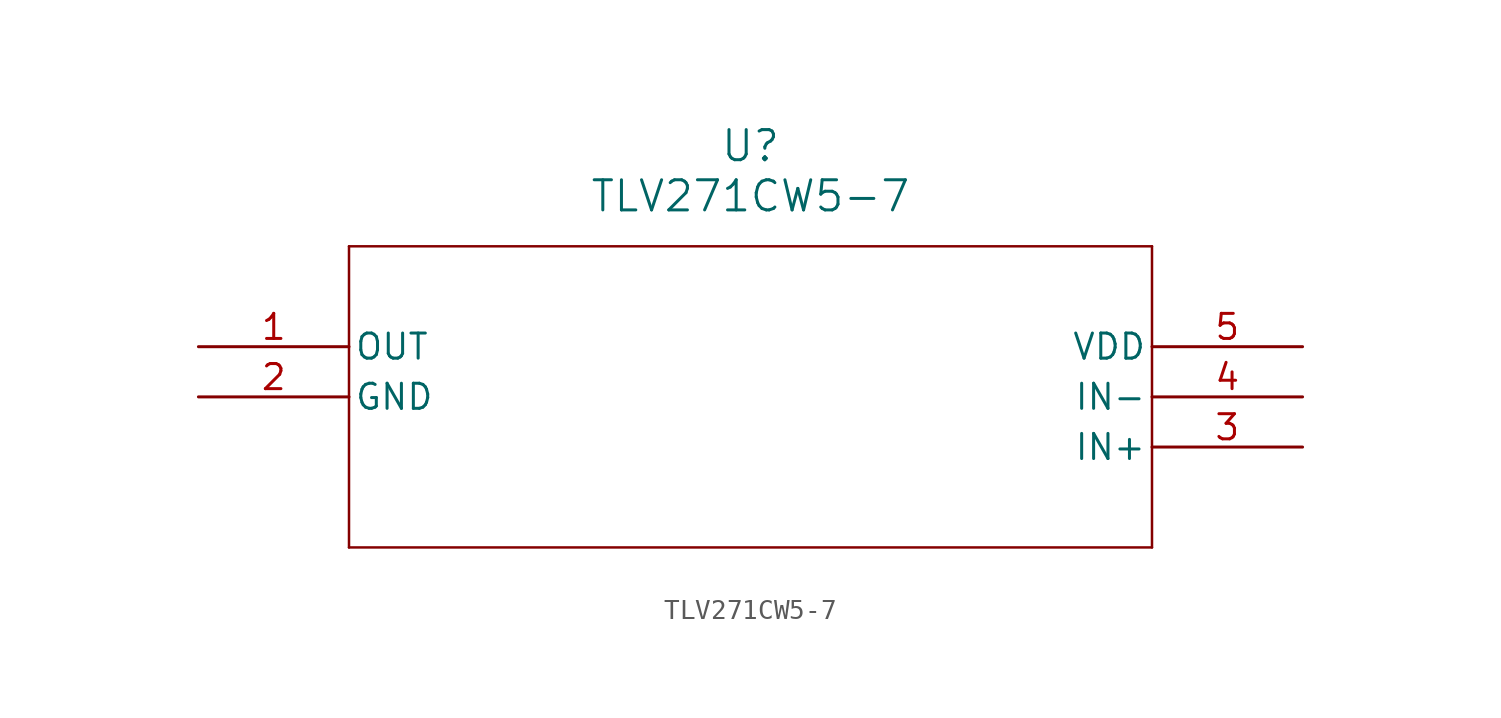
<source format=kicad_sym>
(kicad_symbol_lib
  (version 20211014)
  (generator kicad_symbol_editor)
  (symbol "TLV271CW5-7"
    (pin_names
      (offset 0.254))
    (property "Reference" "U"
      (at 27.94 10.16 0)
      (effects (font (size 1.524 1.524))))
    (property "Value" "TLV271CW5-7"
      (at 27.94 7.62 0)
      (effects (font (size 1.524 1.524))))
    (symbol "TLV271CW5-7_0_1"
      (polyline (pts (xy 7.62 5.08) (xy 7.62 -10.16)) (stroke (width 0.127) (type default) (color 0 0 0 0)) (fill (type none)))
      (polyline (pts (xy 7.62 -10.16) (xy 48.26 -10.16)) (stroke (width 0.127) (type default) (color 0 0 0 0)) (fill (type none)))
      (polyline (pts (xy 48.26 -10.16) (xy 48.26 5.08)) (stroke (width 0.127) (type default) (color 0 0 0 0)) (fill (type none)))
      (polyline (pts (xy 48.26 5.08) (xy 7.62 5.08)) (stroke (width 0.127) (type default) (color 0 0 0 0)) (fill (type none)))
      (pin output line (at 0 0 0) (length 7.62) (name "OUT" (effects (font (size 1.27 1.27)))) (number "1" (effects (font (size 1.27 1.27)))))
      (pin power_in line (at 0 -2.54 0) (length 7.62) (name "GND" (effects (font (size 1.27 1.27)))) (number "2" (effects (font (size 1.27 1.27)))))
      (pin input line (at 55.88 -5.08 180) (length 7.62) (name "IN+" (effects (font (size 1.27 1.27)))) (number "3" (effects (font (size 1.27 1.27)))))
      (pin input line (at 55.88 -2.54 180) (length 7.62) (name "IN-" (effects (font (size 1.27 1.27)))) (number "4" (effects (font (size 1.27 1.27)))))
      (pin power_in line (at 55.88 0 180) (length 7.62) (name "VDD" (effects (font (size 1.27 1.27)))) (number "5" (effects (font (size 1.27 1.27))))))))
</source>
